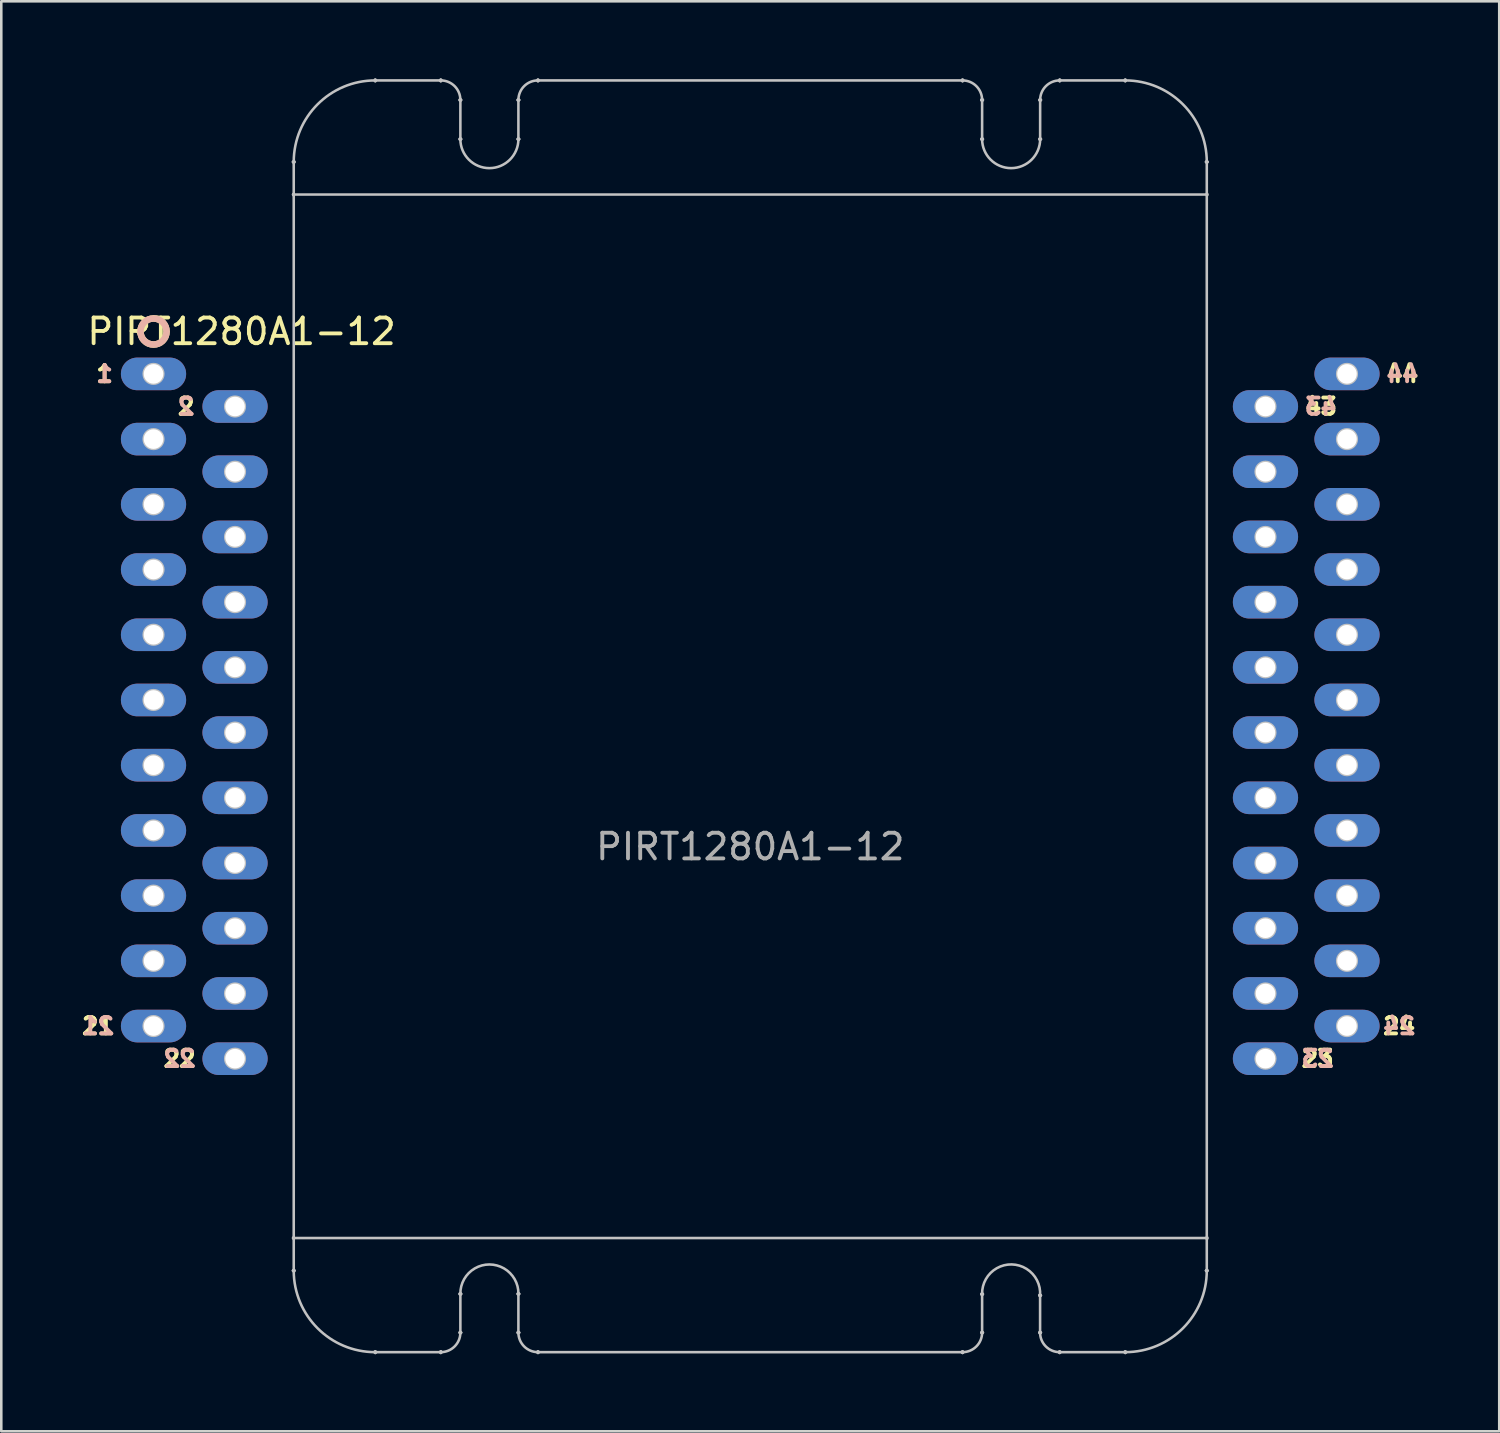
<source format=kicad_pcb>
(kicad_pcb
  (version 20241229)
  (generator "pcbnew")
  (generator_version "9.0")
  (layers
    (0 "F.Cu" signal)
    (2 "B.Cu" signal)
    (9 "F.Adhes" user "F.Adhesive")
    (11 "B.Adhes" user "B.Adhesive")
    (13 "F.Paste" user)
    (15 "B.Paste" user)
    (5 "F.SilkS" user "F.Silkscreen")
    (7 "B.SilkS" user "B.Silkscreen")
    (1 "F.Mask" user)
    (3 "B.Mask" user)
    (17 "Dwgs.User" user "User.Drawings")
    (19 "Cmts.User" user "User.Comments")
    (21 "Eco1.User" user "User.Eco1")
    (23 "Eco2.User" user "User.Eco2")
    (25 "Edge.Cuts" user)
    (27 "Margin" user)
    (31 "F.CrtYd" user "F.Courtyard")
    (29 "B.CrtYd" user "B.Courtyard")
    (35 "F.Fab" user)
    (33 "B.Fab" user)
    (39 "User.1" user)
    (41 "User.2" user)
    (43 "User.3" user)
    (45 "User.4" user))
  (footprint "PIRT1280A1-12"
    (layer "F.Cu")
    (at 26.17 24.847)
    (property "Reference" "PIRT1280A1-12" (at -19.812 -14.986 0) (unlocked yes) (layer "F.SilkS") (effects (font (size 1 1) (thickness 0.15))))
    (attr through_hole)
    (fp_circle (center -23.241 -14.986) (end -22.733 -14.986) (stroke (width 0.254) (type solid)) (fill no) (layer "F.SilkS"))
    (fp_circle (center -23.241 -14.986) (end -23.749 -14.986) (stroke (width 0.254) (type solid)) (fill no) (layer "B.SilkS"))
    (fp_line (start -17.78 -20.32) (end 17.78 -20.32) (stroke (width 0.1) (type solid)) (layer "Dwgs.User"))
    (fp_line (start -17.78 20.32) (end 17.78 20.32) (stroke (width 0.1) (type solid)) (layer "Dwgs.User"))
    (fp_line (start -17.78 21.59) (end -17.78 -21.59) (stroke (width 0.1) (type solid)) (layer "Dwgs.User"))
    (fp_line (start -14.605 -24.765) (end -12.053 -24.765) (stroke (width 0.1) (type solid)) (layer "Dwgs.User"))
    (fp_line (start -12.052 24.765) (end -14.605 24.765) (stroke (width 0.1) (type solid)) (layer "Dwgs.User"))
    (fp_line (start -11.29 -22.479) (end -11.29 -24.003) (stroke (width 0.1) (type solid)) (layer "Dwgs.User"))
    (fp_line (start -11.29 24.003) (end -11.29 22.495) (stroke (width 0.1) (type solid)) (layer "Dwgs.User"))
    (fp_line (start -9.03 22.495) (end -9.03 24.003) (stroke (width 0.1) (type solid)) (layer "Dwgs.User"))
    (fp_line (start -9.03 -24.003) (end -9.03 -22.479) (stroke (width 0.1) (type solid)) (layer "Dwgs.User"))
    (fp_line (start -8.268 -24.765) (end 8.268 -24.765) (stroke (width 0.1) (type solid)) (layer "Dwgs.User"))
    (fp_line (start 8.268 24.765) (end -8.268 24.765) (stroke (width 0.1) (type solid)) (layer "Dwgs.User"))
    (fp_line (start 9.03 -22.479) (end 9.03 -24.003) (stroke (width 0.1) (type solid)) (layer "Dwgs.User"))
    (fp_line (start 9.03 24.003) (end 9.03 22.505) (stroke (width 0.1) (type solid)) (layer "Dwgs.User"))
    (fp_line (start 11.288 22.553) (end 11.288 24.003) (stroke (width 0.1) (type solid)) (layer "Dwgs.User"))
    (fp_line (start 11.29 -24.003) (end 11.29 -22.479) (stroke (width 0.1) (type solid)) (layer "Dwgs.User"))
    (fp_line (start 12.053 -24.765) (end 14.605 -24.765) (stroke (width 0.1) (type solid)) (layer "Dwgs.User"))
    (fp_line (start 14.605 24.765) (end 12.05 24.765) (stroke (width 0.1) (type solid)) (layer "Dwgs.User"))
    (fp_line (start 17.78 -21.59) (end 17.78 21.59) (stroke (width 0.1) (type solid)) (layer "Dwgs.User"))
    (fp_arc (start -17.8118 -21.59) (mid -17.78 -21.6218) (end -17.7482 -21.59) (stroke (width 0.1) (type solid)) (layer "Dwgs.User"))
    (fp_arc (start -17.8118 21.59) (mid -17.78 21.5582) (end -17.7482 21.59) (stroke (width 0.1) (type solid)) (layer "Dwgs.User"))
    (fp_arc (start -17.78 -21.59) (mid -16.850035 -23.835035) (end -14.605 -24.765) (stroke (width 0.1) (type solid)) (layer "Dwgs.User"))
    (fp_arc (start -17.78 -20.2882) (mid -17.8118 -20.32) (end -17.78 -20.3518) (stroke (width 0.1) (type solid)) (layer "Dwgs.User"))
    (fp_arc (start -17.78 20.3517) (mid -17.8117 20.32) (end -17.78 20.2883) (stroke (width 0.1) (type solid)) (layer "Dwgs.User"))
    (fp_arc (start -17.7482 -21.59) (mid -17.78 -21.5582) (end -17.8118 -21.59) (stroke (width 0.1) (type solid)) (layer "Dwgs.User"))
    (fp_arc (start -17.7482 21.59) (mid -17.78 21.6218) (end -17.8118 21.59) (stroke (width 0.1) (type solid)) (layer "Dwgs.User"))
    (fp_arc (start -14.605 -24.7968) (mid -14.5732 -24.765) (end -14.605 -24.7332) (stroke (width 0.1) (type solid)) (layer "Dwgs.User"))
    (fp_arc (start -14.605 -24.7332) (mid -14.6368 -24.765) (end -14.605 -24.7968) (stroke (width 0.1) (type solid)) (layer "Dwgs.User"))
    (fp_arc (start -14.605 24.7332) (mid -14.5732 24.765) (end -14.605 24.7968) (stroke (width 0.1) (type solid)) (layer "Dwgs.User"))
    (fp_arc (start -14.605 24.765) (mid -16.850041 23.835041) (end -17.78 21.59) (stroke (width 0.1) (type solid)) (layer "Dwgs.User"))
    (fp_arc (start -14.605 24.7968) (mid -14.6368 24.765) (end -14.605 24.7332) (stroke (width 0.1) (type solid)) (layer "Dwgs.User"))
    (fp_arc (start -12.0525 -24.7968) (mid -12.0207 -24.765) (end -12.0525 -24.7332) (stroke (width 0.1) (type solid)) (layer "Dwgs.User"))
    (fp_arc (start -12.0525 -24.765) (mid -11.513685 -24.541815) (end -11.2905 -24.003) (stroke (width 0.1) (type solid)) (layer "Dwgs.User"))
    (fp_arc (start -12.0525 -24.7332) (mid -12.0843 -24.765) (end -12.0525 -24.7968) (stroke (width 0.1) (type solid)) (layer "Dwgs.User"))
    (fp_arc (start -12.0524 24.7332) (mid -12.0206 24.765) (end -12.0524 24.7968) (stroke (width 0.1) (type solid)) (layer "Dwgs.User"))
    (fp_arc (start -12.0524 24.7968) (mid -12.0842 24.765) (end -12.0524 24.7332) (stroke (width 0.1) (type solid)) (layer "Dwgs.User"))
    (fp_arc (start -11.3223 -24.003) (mid -11.2905 -24.0348) (end -11.2587 -24.003) (stroke (width 0.1) (type solid)) (layer "Dwgs.User"))
    (fp_arc (start -11.3223 -22.479) (mid -11.2905 -22.5108) (end -11.2587 -22.479) (stroke (width 0.1) (type solid)) (layer "Dwgs.User"))
    (fp_arc (start -11.3221 22.4953) (mid -11.29035 22.46355) (end -11.2586 22.4953) (stroke (width 0.1) (type solid)) (layer "Dwgs.User"))
    (fp_arc (start -11.3221 24.003) (mid -11.29035 23.97125) (end -11.2586 24.003) (stroke (width 0.1) (type solid)) (layer "Dwgs.User"))
    (fp_arc (start -11.2904 22.4953) (mid -10.16 21.348509) (end -9.0296 22.4953) (stroke (width 0.1) (type solid)) (layer "Dwgs.User"))
    (fp_arc (start -11.2904 24.003) (mid -11.513585 24.541815) (end -12.0524 24.765) (stroke (width 0.1) (type solid)) (layer "Dwgs.User"))
    (fp_arc (start -11.2587 -24.003) (mid -11.2905 -23.9712) (end -11.3223 -24.003) (stroke (width 0.1) (type solid)) (layer "Dwgs.User"))
    (fp_arc (start -11.2587 -22.479) (mid -11.2905 -22.4472) (end -11.3223 -22.479) (stroke (width 0.1) (type solid)) (layer "Dwgs.User"))
    (fp_arc (start -11.2586 22.4948) (mid -11.289851 22.527001) (end -11.3221 22.4957) (stroke (width 0.1) (type solid)) (layer "Dwgs.User"))
    (fp_arc (start -11.2586 24.003) (mid -11.29035 24.03475) (end -11.3221 24.003) (stroke (width 0.1) (type solid)) (layer "Dwgs.User"))
    (fp_arc (start -9.0614 22.4953) (mid -9.02965 22.46355) (end -8.9979 22.4953) (stroke (width 0.1) (type solid)) (layer "Dwgs.User"))
    (fp_arc (start -9.0614 24.003) (mid -9.02965 23.97125) (end -8.9979 24.003) (stroke (width 0.1) (type solid)) (layer "Dwgs.User"))
    (fp_arc (start -9.0612 -24.003) (mid -9.02945 -24.03475) (end -8.9977 -24.003) (stroke (width 0.1) (type solid)) (layer "Dwgs.User"))
    (fp_arc (start -9.0612 -22.479) (mid -9.02945 -22.51075) (end -8.9977 -22.479) (stroke (width 0.1) (type solid)) (layer "Dwgs.User"))
    (fp_arc (start -9.0295 -24.003) (mid -8.806315 -24.541815) (end -8.2675 -24.765) (stroke (width 0.1) (type solid)) (layer "Dwgs.User"))
    (fp_arc (start -9.0295 -22.479) (mid -10.16 -21.3485) (end -11.2905 -22.479) (stroke (width 0.1) (type solid)) (layer "Dwgs.User"))
    (fp_arc (start -8.9979 22.4957) (mid -9.030049 22.526999) (end -9.0614 22.4948) (stroke (width 0.1) (type solid)) (layer "Dwgs.User"))
    (fp_arc (start -8.9979 24.003) (mid -9.02965 24.03475) (end -9.0614 24.003) (stroke (width 0.1) (type solid)) (layer "Dwgs.User"))
    (fp_arc (start -8.9977 -24.003) (mid -9.02945 -23.97125) (end -9.0612 -24.003) (stroke (width 0.1) (type solid)) (layer "Dwgs.User"))
    (fp_arc (start -8.9977 -22.479) (mid -9.02945 -22.44725) (end -9.0612 -22.479) (stroke (width 0.1) (type solid)) (layer "Dwgs.User"))
    (fp_arc (start -8.2676 24.7332) (mid -8.2358 24.765) (end -8.2676 24.7968) (stroke (width 0.1) (type solid)) (layer "Dwgs.User"))
    (fp_arc (start -8.2676 24.765) (mid -8.806415 24.541815) (end -9.0296 24.003) (stroke (width 0.1) (type solid)) (layer "Dwgs.User"))
    (fp_arc (start -8.2676 24.7968) (mid -8.2994 24.765) (end -8.2676 24.7332) (stroke (width 0.1) (type solid)) (layer "Dwgs.User"))
    (fp_arc (start -8.2675 -24.7968) (mid -8.2357 -24.765) (end -8.2675 -24.7332) (stroke (width 0.1) (type solid)) (layer "Dwgs.User"))
    (fp_arc (start -8.2675 -24.7332) (mid -8.2993 -24.765) (end -8.2675 -24.7968) (stroke (width 0.1) (type solid)) (layer "Dwgs.User"))
    (fp_arc (start 8.2675 -24.7968) (mid 8.2993 -24.765) (end 8.2675 -24.7332) (stroke (width 0.1) (type solid)) (layer "Dwgs.User"))
    (fp_arc (start 8.2675 -24.765) (mid 8.806315 -24.541815) (end 9.0295 -24.003) (stroke (width 0.1) (type solid)) (layer "Dwgs.User"))
    (fp_arc (start 8.2675 -24.7332) (mid 8.2357 -24.765) (end 8.2675 -24.7968) (stroke (width 0.1) (type solid)) (layer "Dwgs.User"))
    (fp_arc (start 8.2678 24.7332) (mid 8.2996 24.765) (end 8.2678 24.7968) (stroke (width 0.1) (type solid)) (layer "Dwgs.User"))
    (fp_arc (start 8.2678 24.7968) (mid 8.236 24.765) (end 8.2678 24.7332) (stroke (width 0.1) (type solid)) (layer "Dwgs.User"))
    (fp_arc (start 8.9978 -24.003) (mid 9.02955 -24.03475) (end 9.0613 -24.003) (stroke (width 0.1) (type solid)) (layer "Dwgs.User"))
    (fp_arc (start 8.9978 -22.479) (mid 9.02955 -22.51075) (end 9.0613 -22.479) (stroke (width 0.1) (type solid)) (layer "Dwgs.User"))
    (fp_arc (start 8.9981 22.5049) (mid 9.02985 22.47315) (end 9.0616 22.5049) (stroke (width 0.1) (type solid)) (layer "Dwgs.User"))
    (fp_arc (start 8.9981 24.003) (mid 9.02985 23.97125) (end 9.0616 24.003) (stroke (width 0.1) (type solid)) (layer "Dwgs.User"))
    (fp_arc (start 9.0298 22.5049) (mid 10.184304 21.348836) (end 11.288 22.5535) (stroke (width 0.1) (type solid)) (layer "Dwgs.User"))
    (fp_arc (start 9.0298 24.003) (mid 8.806615 24.541815) (end 8.2678 24.765) (stroke (width 0.1) (type solid)) (layer "Dwgs.User"))
    (fp_arc (start 9.0613 -24.003) (mid 9.02955 -23.97125) (end 8.9978 -24.003) (stroke (width 0.1) (type solid)) (layer "Dwgs.User"))
    (fp_arc (start 9.0613 -22.479) (mid 9.02955 -22.44725) (end 8.9978 -22.479) (stroke (width 0.1) (type solid)) (layer "Dwgs.User"))
    (fp_arc (start 9.0615 22.5042) (mid 9.0305 22.5366) (end 8.9981 22.5056) (stroke (width 0.1) (type solid)) (layer "Dwgs.User"))
    (fp_arc (start 9.0616 24.003) (mid 9.02985 24.03475) (end 8.9981 24.003) (stroke (width 0.1) (type solid)) (layer "Dwgs.User"))
    (fp_arc (start 11.2563 22.5535) (mid 11.28805 22.52175) (end 11.3198 22.5535) (stroke (width 0.1) (type solid)) (layer "Dwgs.User"))
    (fp_arc (start 11.2563 24.003) (mid 11.28805 23.97125) (end 11.3198 24.003) (stroke (width 0.1) (type solid)) (layer "Dwgs.User"))
    (fp_arc (start 11.2588 -24.003) (mid 11.29055 -24.03475) (end 11.3223 -24.003) (stroke (width 0.1) (type solid)) (layer "Dwgs.User"))
    (fp_arc (start 11.2588 -22.479) (mid 11.29055 -22.51075) (end 11.3223 -22.479) (stroke (width 0.1) (type solid)) (layer "Dwgs.User"))
    (fp_arc (start 11.2905 -24.003) (mid 11.513685 -24.541815) (end 12.0525 -24.765) (stroke (width 0.1) (type solid)) (layer "Dwgs.User"))
    (fp_arc (start 11.2905 -22.479) (mid 10.16 -21.3485) (end 9.0295 -22.479) (stroke (width 0.1) (type solid)) (layer "Dwgs.User"))
    (fp_arc (start 11.3197 22.5556) (mid 11.286003 22.5851) (end 11.2564 22.5514) (stroke (width 0.1) (type solid)) (layer "Dwgs.User"))
    (fp_arc (start 11.3198 24.003) (mid 11.28805 24.03475) (end 11.2563 24.003) (stroke (width 0.1) (type solid)) (layer "Dwgs.User"))
    (fp_arc (start 11.3223 -24.003) (mid 11.29055 -23.97125) (end 11.2588 -24.003) (stroke (width 0.1) (type solid)) (layer "Dwgs.User"))
    (fp_arc (start 11.3223 -22.479) (mid 11.29055 -22.44725) (end 11.2588 -22.479) (stroke (width 0.1) (type solid)) (layer "Dwgs.User"))
    (fp_arc (start 12.05 24.7332) (mid 12.0818 24.765) (end 12.05 24.7968) (stroke (width 0.1) (type solid)) (layer "Dwgs.User"))
    (fp_arc (start 12.05 24.765) (mid 11.511185 24.541815) (end 11.288 24.003) (stroke (width 0.1) (type solid)) (layer "Dwgs.User"))
    (fp_arc (start 12.05 24.7968) (mid 12.0182 24.765) (end 12.05 24.7332) (stroke (width 0.1) (type solid)) (layer "Dwgs.User"))
    (fp_arc (start 12.0525 -24.7968) (mid 12.0843 -24.765) (end 12.0525 -24.7332) (stroke (width 0.1) (type solid)) (layer "Dwgs.User"))
    (fp_arc (start 12.0525 -24.7332) (mid 12.0207 -24.765) (end 12.0525 -24.7968) (stroke (width 0.1) (type solid)) (layer "Dwgs.User"))
    (fp_arc (start 14.605 -24.7968) (mid 14.6368 -24.765) (end 14.605 -24.7332) (stroke (width 0.1) (type solid)) (layer "Dwgs.User"))
    (fp_arc (start 14.605 -24.765) (mid 16.850035 -23.835035) (end 17.78 -21.59) (stroke (width 0.1) (type solid)) (layer "Dwgs.User"))
    (fp_arc (start 14.605 -24.7332) (mid 14.5732 -24.765) (end 14.605 -24.7968) (stroke (width 0.1) (type solid)) (layer "Dwgs.User"))
    (fp_arc (start 14.605 24.7332) (mid 14.6368 24.765) (end 14.605 24.7968) (stroke (width 0.1) (type solid)) (layer "Dwgs.User"))
    (fp_arc (start 14.605 24.7968) (mid 14.5732 24.765) (end 14.605 24.7332) (stroke (width 0.1) (type solid)) (layer "Dwgs.User"))
    (fp_arc (start 17.7482 -21.59) (mid 17.77995 -21.62175) (end 17.8117 -21.59) (stroke (width 0.1) (type solid)) (layer "Dwgs.User"))
    (fp_arc (start 17.7482 21.59) (mid 17.77995 21.55825) (end 17.8117 21.59) (stroke (width 0.1) (type solid)) (layer "Dwgs.User"))
    (fp_arc (start 17.78 -20.3518) (mid 17.8118 -20.32) (end 17.78 -20.2882) (stroke (width 0.1) (type solid)) (layer "Dwgs.User"))
    (fp_arc (start 17.78 20.2883) (mid 17.8117 20.32) (end 17.78 20.3517) (stroke (width 0.1) (type solid)) (layer "Dwgs.User"))
    (fp_arc (start 17.78 21.59) (mid 16.850035 23.835035) (end 14.605 24.765) (stroke (width 0.1) (type solid)) (layer "Dwgs.User"))
    (fp_arc (start 17.8117 -21.59) (mid 17.77995 -21.55825) (end 17.7482 -21.59) (stroke (width 0.1) (type solid)) (layer "Dwgs.User"))
    (fp_arc (start 17.8117 21.59) (mid 17.77995 21.62175) (end 17.7482 21.59) (stroke (width 0.1) (type solid)) (layer "Dwgs.User"))
    (fp_circle (center -23.241 -13.335) (end -22.86 -13.335) (stroke (width 0.1) (type solid)) (fill no) (layer "Dwgs.User"))
    (fp_circle (center -23.241 -10.795) (end -22.86 -10.795) (stroke (width 0.1) (type solid)) (fill no) (layer "Dwgs.User"))
    (fp_circle (center -23.241 -8.255) (end -22.86 -8.255) (stroke (width 0.1) (type solid)) (fill no) (layer "Dwgs.User"))
    (fp_circle (center -23.241 -5.715) (end -22.86 -5.715) (stroke (width 0.1) (type solid)) (fill no) (layer "Dwgs.User"))
    (fp_circle (center -23.241 -3.175) (end -22.86 -3.175) (stroke (width 0.1) (type solid)) (fill no) (layer "Dwgs.User"))
    (fp_circle (center -23.241 -0.635) (end -22.86 -0.635) (stroke (width 0.1) (type solid)) (fill no) (layer "Dwgs.User"))
    (fp_circle (center -23.241 1.905) (end -22.86 1.905) (stroke (width 0.1) (type solid)) (fill no) (layer "Dwgs.User"))
    (fp_circle (center -23.241 4.445) (end -22.86 4.445) (stroke (width 0.1) (type solid)) (fill no) (layer "Dwgs.User"))
    (fp_circle (center -23.241 6.985) (end -22.86 6.985) (stroke (width 0.1) (type solid)) (fill no) (layer "Dwgs.User"))
    (fp_circle (center -23.241 9.525) (end -22.86 9.525) (stroke (width 0.1) (type solid)) (fill no) (layer "Dwgs.User"))
    (fp_circle (center -23.241 12.065) (end -22.86 12.065) (stroke (width 0.1) (type solid)) (fill no) (layer "Dwgs.User"))
    (fp_circle (center -20.066 -12.065) (end -19.685 -12.065) (stroke (width 0.1) (type solid)) (fill no) (layer "Dwgs.User"))
    (fp_circle (center -20.066 -9.525) (end -19.685 -9.525) (stroke (width 0.1) (type solid)) (fill no) (layer "Dwgs.User"))
    (fp_circle (center -20.066 -6.985) (end -19.685 -6.985) (stroke (width 0.1) (type solid)) (fill no) (layer "Dwgs.User"))
    (fp_circle (center -20.066 -4.445) (end -19.685 -4.445) (stroke (width 0.1) (type solid)) (fill no) (layer "Dwgs.User"))
    (fp_circle (center -20.066 -1.905) (end -19.685 -1.905) (stroke (width 0.1) (type solid)) (fill no) (layer "Dwgs.User"))
    (fp_circle (center -20.066 0.635) (end -19.685 0.635) (stroke (width 0.1) (type solid)) (fill no) (layer "Dwgs.User"))
    (fp_circle (center -20.066 3.175) (end -19.685 3.175) (stroke (width 0.1) (type solid)) (fill no) (layer "Dwgs.User"))
    (fp_circle (center -20.066 5.715) (end -19.685 5.715) (stroke (width 0.1) (type solid)) (fill no) (layer "Dwgs.User"))
    (fp_circle (center -20.066 8.255) (end -19.685 8.255) (stroke (width 0.1) (type solid)) (fill no) (layer "Dwgs.User"))
    (fp_circle (center -20.066 10.795) (end -19.685 10.795) (stroke (width 0.1) (type solid)) (fill no) (layer "Dwgs.User"))
    (fp_circle (center -20.066 13.335) (end -19.685 13.335) (stroke (width 0.1) (type solid)) (fill no) (layer "Dwgs.User"))
    (fp_circle (center 20.066 -12.065) (end 20.447 -12.065) (stroke (width 0.1) (type solid)) (fill no) (layer "Dwgs.User"))
    (fp_circle (center 20.066 -9.525) (end 20.447 -9.525) (stroke (width 0.1) (type solid)) (fill no) (layer "Dwgs.User"))
    (fp_circle (center 20.066 -6.985) (end 20.447 -6.985) (stroke (width 0.1) (type solid)) (fill no) (layer "Dwgs.User"))
    (fp_circle (center 20.066 -4.445) (end 20.447 -4.445) (stroke (width 0.1) (type solid)) (fill no) (layer "Dwgs.User"))
    (fp_circle (center 20.066 -1.905) (end 20.447 -1.905) (stroke (width 0.1) (type solid)) (fill no) (layer "Dwgs.User"))
    (fp_circle (center 20.066 0.635) (end 20.447 0.635) (stroke (width 0.1) (type solid)) (fill no) (layer "Dwgs.User"))
    (fp_circle (center 20.066 3.175) (end 20.447 3.175) (stroke (width 0.1) (type solid)) (fill no) (layer "Dwgs.User"))
    (fp_circle (center 20.066 5.715) (end 20.447 5.715) (stroke (width 0.1) (type solid)) (fill no) (layer "Dwgs.User"))
    (fp_circle (center 20.066 8.255) (end 20.447 8.255) (stroke (width 0.1) (type solid)) (fill no) (layer "Dwgs.User"))
    (fp_circle (center 20.066 10.795) (end 20.447 10.795) (stroke (width 0.1) (type solid)) (fill no) (layer "Dwgs.User"))
    (fp_circle (center 20.066 13.335) (end 20.447 13.335) (stroke (width 0.1) (type solid)) (fill no) (layer "Dwgs.User"))
    (fp_circle (center 23.241 -13.335) (end 23.622 -13.335) (stroke (width 0.1) (type solid)) (fill no) (layer "Dwgs.User"))
    (fp_circle (center 23.241 -10.795) (end 23.622 -10.795) (stroke (width 0.1) (type solid)) (fill no) (layer "Dwgs.User"))
    (fp_circle (center 23.241 -8.255) (end 23.622 -8.255) (stroke (width 0.1) (type solid)) (fill no) (layer "Dwgs.User"))
    (fp_circle (center 23.241 -5.715) (end 23.622 -5.715) (stroke (width 0.1) (type solid)) (fill no) (layer "Dwgs.User"))
    (fp_circle (center 23.241 -3.175) (end 23.622 -3.175) (stroke (width 0.1) (type solid)) (fill no) (layer "Dwgs.User"))
    (fp_circle (center 23.241 -0.635) (end 23.622 -0.635) (stroke (width 0.1) (type solid)) (fill no) (layer "Dwgs.User"))
    (fp_circle (center 23.241 1.905) (end 23.622 1.905) (stroke (width 0.1) (type solid)) (fill no) (layer "Dwgs.User"))
    (fp_circle (center 23.241 4.445) (end 23.622 4.445) (stroke (width 0.1) (type solid)) (fill no) (layer "Dwgs.User"))
    (fp_circle (center 23.241 6.985) (end 23.622 6.985) (stroke (width 0.1) (type solid)) (fill no) (layer "Dwgs.User"))
    (fp_circle (center 23.241 9.525) (end 23.622 9.525) (stroke (width 0.1) (type solid)) (fill no) (layer "Dwgs.User"))
    (fp_circle (center 23.241 12.065) (end 23.622 12.065) (stroke (width 0.1) (type solid)) (fill no) (layer "Dwgs.User"))
    (fp_text user "23" (at 22.098 13.335 0) (unlocked yes) (layer "F.SilkS") (effects (font (size 0.635 0.635) (thickness 0.152))))
    (fp_text user "2" (at -21.971 -12.065 0) (unlocked yes) (layer "F.SilkS") (effects (font (size 0.635 0.635) (thickness 0.152))))
    (fp_text user "44" (at 25.4 -13.335 0) (unlocked yes) (layer "F.SilkS") (effects (font (size 0.635 0.635) (thickness 0.152))))
    (fp_text user "21" (at -25.4 12.065 0) (unlocked yes) (layer "F.SilkS") (effects (font (size 0.635 0.635) (thickness 0.152))))
    (fp_text user "22" (at -22.225 13.335 0) (unlocked yes) (layer "F.SilkS") (effects (font (size 0.635 0.635) (thickness 0.152))))
    (fp_text user "24" (at 25.273 12.065 0) (unlocked yes) (layer "F.SilkS") (effects (font (size 0.635 0.635) (thickness 0.152))))
    (fp_text user "43" (at 22.225 -12.065 0) (unlocked yes) (layer "F.SilkS") (effects (font (size 0.635 0.635) (thickness 0.152))))
    (fp_text user "1" (at -25.146 -13.335 0) (unlocked yes) (layer "F.SilkS") (effects (font (size 0.635 0.635) (thickness 0.152))))
    (fp_text user "2" (at -21.971 -12.065 0) (unlocked yes) (layer "B.SilkS") (effects (font (size 0.635 0.635) (thickness 0.152)) (justify mirror)))
    (fp_text user "44" (at 25.4 -13.335 0) (unlocked yes) (layer "B.SilkS") (effects (font (size 0.635 0.635) (thickness 0.152)) (justify mirror)))
    (fp_text user "23" (at 22.098 13.335 0) (unlocked yes) (layer "B.SilkS") (effects (font (size 0.635 0.635) (thickness 0.152)) (justify mirror)))
    (fp_text user "21" (at -25.4 12.065 0) (unlocked yes) (layer "B.SilkS") (effects (font (size 0.635 0.635) (thickness 0.152)) (justify mirror)))
    (fp_text user "1" (at -25.146 -13.335 0) (unlocked yes) (layer "B.SilkS") (effects (font (size 0.635 0.635) (thickness 0.152)) (justify mirror)))
    (fp_text user "22" (at -22.225 13.335 0) (unlocked yes) (layer "B.SilkS") (effects (font (size 0.635 0.635) (thickness 0.152)) (justify mirror)))
    (fp_text user "24" (at 25.273 12.065 0) (unlocked yes) (layer "B.SilkS") (effects (font (size 0.635 0.635) (thickness 0.152)) (justify mirror)))
    (fp_text user "43" (at 22.225 -12.065 0) (unlocked yes) (layer "B.SilkS") (effects (font (size 0.635 0.635) (thickness 0.152)) (justify mirror)))
    (fp_text user "${REFERENCE}" (at 0 5.08 0) (unlocked yes) (layer "F.Fab") (effects (font (size 1 1) (thickness 0.15))))
    (pad "1" thru_hole oval (at -23.241 -13.335) (size 2.54 1.27) (drill 0.762) (layers "*.Cu" "*.Mask"))
    (pad "2" thru_hole oval (at -20.066 -12.065) (size 2.54 1.27) (drill 0.762) (layers "*.Cu" "*.Mask"))
    (pad "3" thru_hole oval (at -23.241 -10.795) (size 2.54 1.27) (drill 0.762) (layers "*.Cu" "*.Mask"))
    (pad "4" thru_hole oval (at -20.066 -9.525) (size 2.54 1.27) (drill 0.762) (layers "*.Cu" "*.Mask"))
    (pad "5" thru_hole oval (at -23.241 -8.255) (size 2.54 1.27) (drill 0.762) (layers "*.Cu" "*.Mask"))
    (pad "6" thru_hole oval (at -20.066 -6.985) (size 2.54 1.27) (drill 0.762) (layers "*.Cu" "*.Mask"))
    (pad "7" thru_hole oval (at -23.241 -5.715) (size 2.54 1.27) (drill 0.762) (layers "*.Cu" "*.Mask"))
    (pad "8" thru_hole oval (at -20.066 -4.445) (size 2.54 1.27) (drill 0.762) (layers "*.Cu" "*.Mask"))
    (pad "9" thru_hole oval (at -23.241 -3.175) (size 2.54 1.27) (drill 0.762) (layers "*.Cu" "*.Mask"))
    (pad "10" thru_hole oval (at -20.066 -1.905) (size 2.54 1.27) (drill 0.762) (layers "*.Cu" "*.Mask"))
    (pad "11" thru_hole oval (at -23.241 -0.635) (size 2.54 1.27) (drill 0.762) (layers "*.Cu" "*.Mask"))
    (pad "12" thru_hole oval (at -20.066 0.635) (size 2.54 1.27) (drill 0.762) (layers "*.Cu" "*.Mask"))
    (pad "13" thru_hole oval (at -23.241 1.905) (size 2.54 1.27) (drill 0.762) (layers "*.Cu" "*.Mask"))
    (pad "14" thru_hole oval (at -20.066 3.175) (size 2.54 1.27) (drill 0.762) (layers "*.Cu" "*.Mask"))
    (pad "15" thru_hole oval (at -23.241 4.445) (size 2.54 1.27) (drill 0.762) (layers "*.Cu" "*.Mask"))
    (pad "16" thru_hole oval (at -20.066 5.715) (size 2.54 1.27) (drill 0.762) (layers "*.Cu" "*.Mask"))
    (pad "17" thru_hole oval (at -23.241 6.985) (size 2.54 1.27) (drill 0.762) (layers "*.Cu" "*.Mask"))
    (pad "18" thru_hole oval (at -20.066 8.255) (size 2.54 1.27) (drill 0.762) (layers "*.Cu" "*.Mask"))
    (pad "19" thru_hole oval (at -23.241 9.525) (size 2.54 1.27) (drill 0.762) (layers "*.Cu" "*.Mask"))
    (pad "20" thru_hole oval (at -20.066 10.795) (size 2.54 1.27) (drill 0.762) (layers "*.Cu" "*.Mask"))
    (pad "21" thru_hole oval (at -23.241 12.065) (size 2.54 1.27) (drill 0.762) (layers "*.Cu" "*.Mask"))
    (pad "22" thru_hole oval (at -20.066 13.335) (size 2.54 1.27) (drill 0.762) (layers "*.Cu" "*.Mask"))
    (pad "23" thru_hole oval (at 20.066 13.335) (size 2.54 1.27) (drill 0.762) (layers "*.Cu" "*.Mask"))
    (pad "24" thru_hole oval (at 23.241 12.065) (size 2.54 1.27) (drill 0.762) (layers "*.Cu" "*.Mask"))
    (pad "25" thru_hole oval (at 20.066 10.795) (size 2.54 1.27) (drill 0.762) (layers "*.Cu" "*.Mask"))
    (pad "26" thru_hole oval (at 23.241 9.525) (size 2.54 1.27) (drill 0.762) (layers "*.Cu" "*.Mask"))
    (pad "27" thru_hole oval (at 20.066 8.255) (size 2.54 1.27) (drill 0.762) (layers "*.Cu" "*.Mask"))
    (pad "28" thru_hole oval (at 23.241 6.985) (size 2.54 1.27) (drill 0.762) (layers "*.Cu" "*.Mask"))
    (pad "29" thru_hole oval (at 20.066 5.715) (size 2.54 1.27) (drill 0.762) (layers "*.Cu" "*.Mask"))
    (pad "30" thru_hole oval (at 23.241 4.445) (size 2.54 1.27) (drill 0.762) (layers "*.Cu" "*.Mask"))
    (pad "31" thru_hole oval (at 20.066 3.175) (size 2.54 1.27) (drill 0.762) (layers "*.Cu" "*.Mask"))
    (pad "32" thru_hole oval (at 23.241 1.905) (size 2.54 1.27) (drill 0.762) (layers "*.Cu" "*.Mask"))
    (pad "33" thru_hole oval (at 20.066 0.635) (size 2.54 1.27) (drill 0.762) (layers "*.Cu" "*.Mask"))
    (pad "34" thru_hole oval (at 23.241 -0.635) (size 2.54 1.27) (drill 0.762) (layers "*.Cu" "*.Mask"))
    (pad "35" thru_hole oval (at 20.066 -1.905) (size 2.54 1.27) (drill 0.762) (layers "*.Cu" "*.Mask"))
    (pad "36" thru_hole oval (at 23.241 -3.175) (size 2.54 1.27) (drill 0.762) (layers "*.Cu" "*.Mask"))
    (pad "37" thru_hole oval (at 20.066 -4.445) (size 2.54 1.27) (drill 0.762) (layers "*.Cu" "*.Mask"))
    (pad "38" thru_hole oval (at 23.241 -5.715) (size 2.54 1.27) (drill 0.762) (layers "*.Cu" "*.Mask"))
    (pad "39" thru_hole oval (at 20.066 -6.985) (size 2.54 1.27) (drill 0.762) (layers "*.Cu" "*.Mask"))
    (pad "40" thru_hole oval (at 23.241 -8.255) (size 2.54 1.27) (drill 0.762) (layers "*.Cu" "*.Mask"))
    (pad "41" thru_hole oval (at 20.066 -9.525) (size 2.54 1.27) (drill 0.762) (layers "*.Cu" "*.Mask"))
    (pad "42" thru_hole oval (at 23.241 -10.795) (size 2.54 1.27) (drill 0.762) (layers "*.Cu" "*.Mask"))
    (pad "43" thru_hole oval (at 20.066 -12.065) (size 2.54 1.27) (drill 0.762) (layers "*.Cu" "*.Mask"))
    (pad "44" thru_hole oval (at 23.241 -13.335) (size 2.54 1.27) (drill 0.762) (layers "*.Cu" "*.Mask")))
  (gr_rect
    (start -3 -3)
    (end 55.34 52.694)
    (stroke (width 0.1) (type default))
    (fill no)
    (layer "Edge.Cuts")))
</source>
